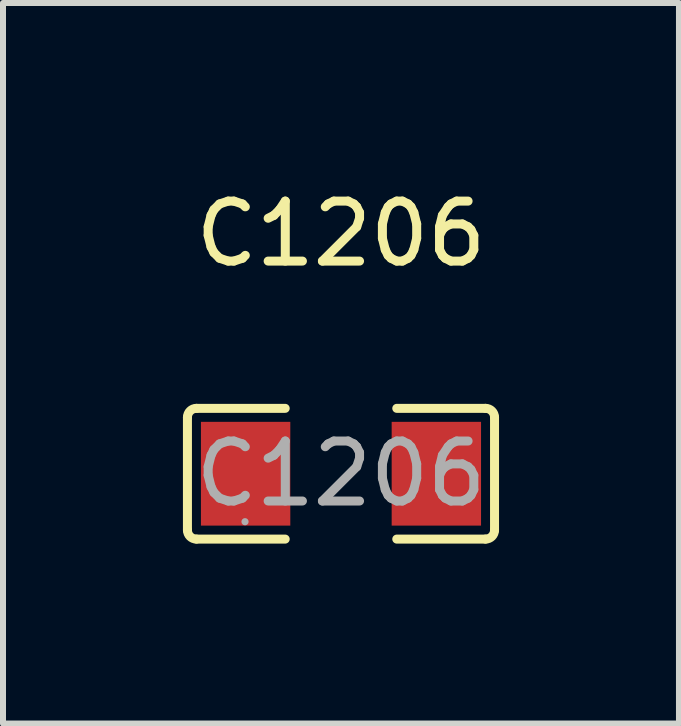
<source format=kicad_pcb>
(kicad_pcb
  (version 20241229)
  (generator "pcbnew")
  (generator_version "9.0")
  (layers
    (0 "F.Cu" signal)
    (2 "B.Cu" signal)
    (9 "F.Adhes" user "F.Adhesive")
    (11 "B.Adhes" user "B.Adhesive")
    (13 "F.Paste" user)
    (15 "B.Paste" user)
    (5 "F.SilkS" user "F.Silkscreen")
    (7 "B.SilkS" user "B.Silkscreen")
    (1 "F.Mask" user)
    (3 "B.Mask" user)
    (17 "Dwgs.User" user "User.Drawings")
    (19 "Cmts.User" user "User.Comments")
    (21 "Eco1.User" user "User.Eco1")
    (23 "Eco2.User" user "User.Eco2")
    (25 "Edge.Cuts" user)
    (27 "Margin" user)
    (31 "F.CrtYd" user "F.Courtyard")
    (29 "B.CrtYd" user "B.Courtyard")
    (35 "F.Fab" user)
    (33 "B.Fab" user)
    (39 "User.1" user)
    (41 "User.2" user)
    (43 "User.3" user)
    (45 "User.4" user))
  (footprint "C1206"
    (layer "F.Cu")
    (at 2.635 4.848)
    (property "Reference" "C1206" (at 0 -4 0) (layer "F.SilkS") (effects (font (size 1 1) (thickness 0.15))))
    (attr smd)
    (fp_line (start -2.56 0.94) (end -2.56 -0.94) (stroke (width 0.15) (type solid)) (layer "F.SilkS"))
    (fp_line (start -2.41 -1.09) (end -0.93 -1.09) (stroke (width 0.15) (type solid)) (layer "F.SilkS"))
    (fp_line (start -0.93 1.09) (end -2.41 1.09) (stroke (width 0.15) (type solid)) (layer "F.SilkS"))
    (fp_line (start 0.93 1.09) (end 2.41 1.09) (stroke (width 0.15) (type solid)) (layer "F.SilkS"))
    (fp_line (start 2.41 -1.09) (end 0.93 -1.09) (stroke (width 0.15) (type solid)) (layer "F.SilkS"))
    (fp_line (start 2.56 0.94) (end 2.56 -0.94) (stroke (width 0.15) (type solid)) (layer "F.SilkS"))
    (fp_arc (start -2.56 -0.94) (mid -2.516066 -1.046066) (end -2.41 -1.09) (stroke (width 0.15) (type solid)) (layer "F.SilkS"))
    (fp_arc (start -2.41 1.09) (mid -2.516066 1.046066) (end -2.56 0.94) (stroke (width 0.15) (type solid)) (layer "F.SilkS"))
    (fp_arc (start 2.41 -1.09) (mid 2.516066 -1.046066) (end 2.56 -0.94) (stroke (width 0.15) (type solid)) (layer "F.SilkS"))
    (fp_arc (start 2.56 0.94) (mid 2.516066 1.046066) (end 2.41 1.09) (stroke (width 0.15) (type solid)) (layer "F.SilkS"))
    (fp_circle (center -1.6 0.8) (end -1.57 0.8) (stroke (width 0.06) (type solid)) (fill no) (layer "F.Fab"))
    (fp_text user "${REFERENCE}" (at 0 0 0) (layer "F.Fab") (effects (font (size 1 1) (thickness 0.15))))
    (pad "1" smd rect (at -1.59 0) (size 1.49 1.73) (layers "F.Cu" "F.Mask" "F.Paste"))
    (pad "2" smd rect (at 1.59 0) (size 1.49 1.73) (layers "F.Cu" "F.Mask" "F.Paste")))
  (gr_rect
    (start -3 -3)
    (end 8.27 9.013)
    (stroke (width 0.1) (type default))
    (fill no)
    (layer "Edge.Cuts")))
</source>
